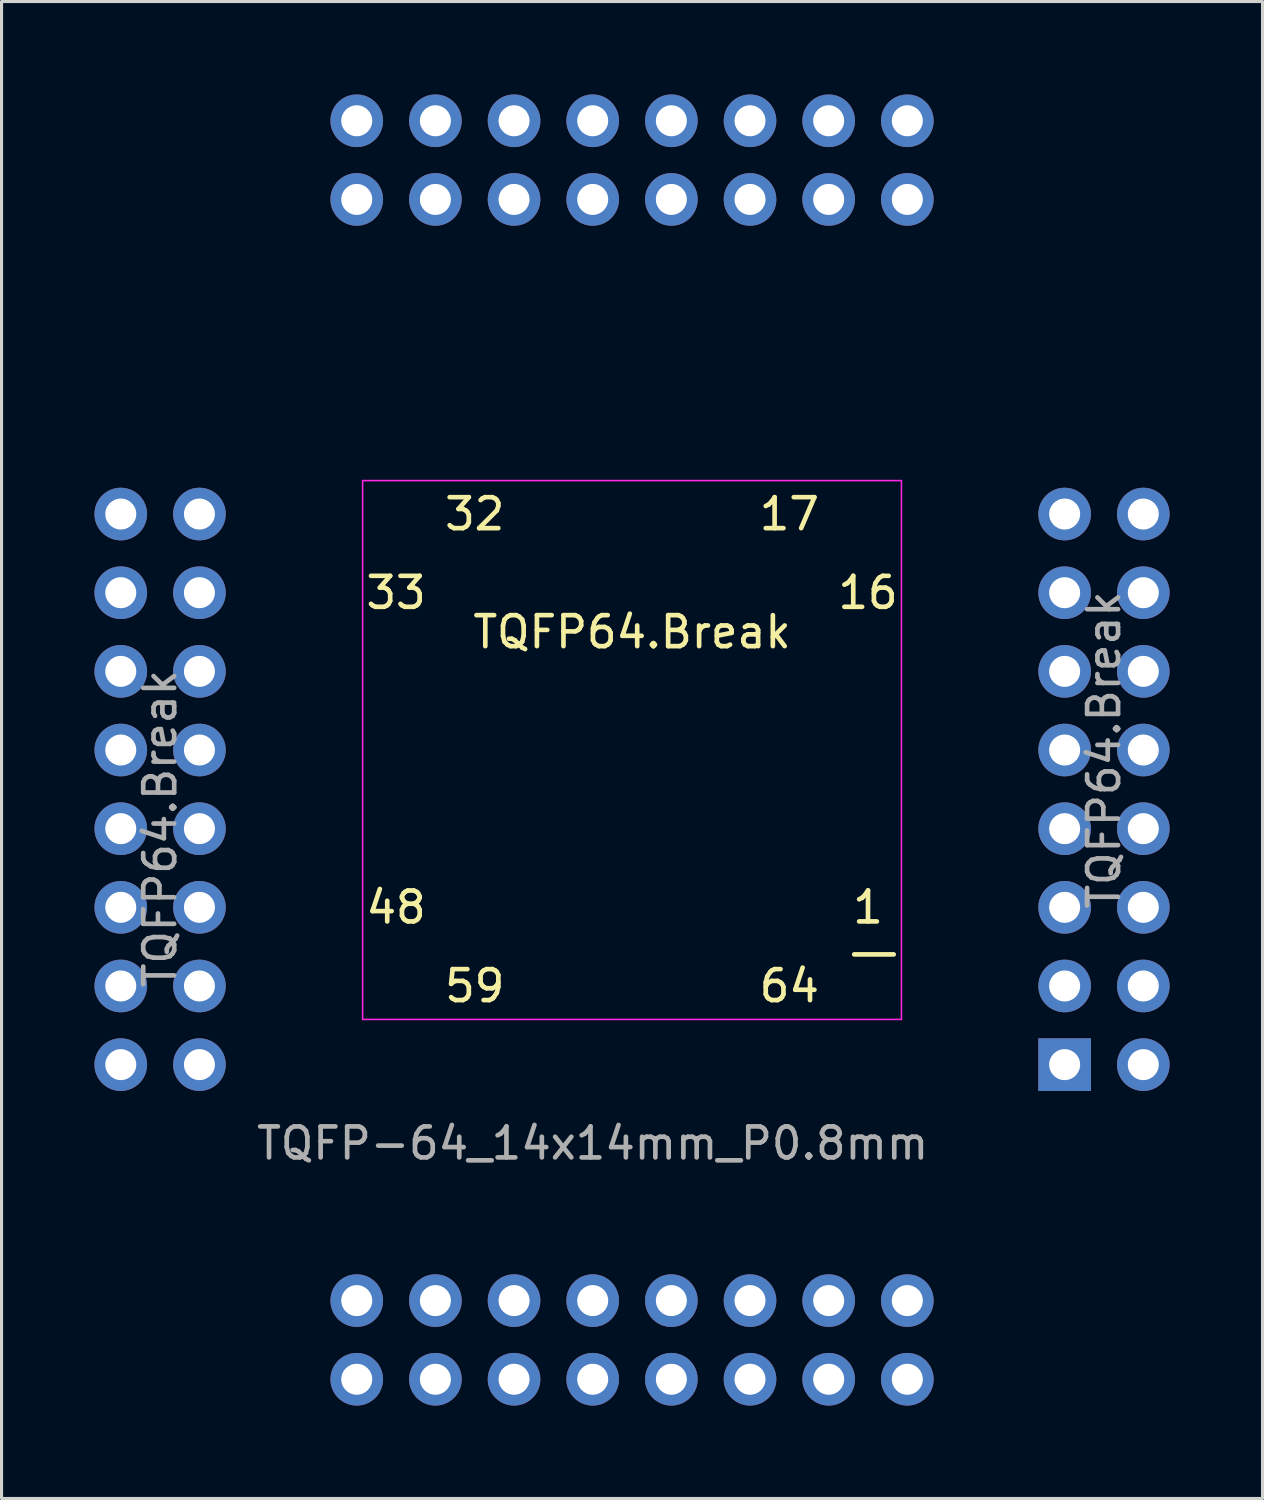
<source format=kicad_pcb>
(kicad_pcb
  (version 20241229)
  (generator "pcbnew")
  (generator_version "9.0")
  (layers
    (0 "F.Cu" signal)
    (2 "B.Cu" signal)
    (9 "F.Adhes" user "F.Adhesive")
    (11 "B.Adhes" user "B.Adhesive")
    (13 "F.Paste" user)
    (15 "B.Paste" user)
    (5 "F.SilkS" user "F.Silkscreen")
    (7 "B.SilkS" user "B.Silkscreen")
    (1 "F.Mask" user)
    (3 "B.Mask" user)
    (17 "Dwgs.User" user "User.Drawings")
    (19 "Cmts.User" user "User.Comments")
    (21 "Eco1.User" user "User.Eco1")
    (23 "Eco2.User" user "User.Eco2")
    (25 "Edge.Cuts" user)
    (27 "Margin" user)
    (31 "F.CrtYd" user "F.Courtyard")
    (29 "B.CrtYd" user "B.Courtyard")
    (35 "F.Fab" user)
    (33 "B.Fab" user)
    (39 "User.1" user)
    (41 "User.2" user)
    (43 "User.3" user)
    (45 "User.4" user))
  (footprint "TQFP64.Break"
    (layer "F.Cu")
    (at 18.63 30.06)
    (property "Reference" "TQFP64.Break" (at -1.27 -12.7 0) (layer "F.SilkS") (effects (font (size 1 1) (thickness 0.15))))
    (attr through_hole)
    (fp_line (start 5.905 -2.29) (end 7.18 -2.29) (stroke (width 0.15) (type solid)) (layer "F.SilkS"))
    (fp_line (start -9.97 -0.19) (end -9.97 -17.59) (stroke (width 0.05) (type solid)) (layer "F.CrtYd"))
    (fp_line (start 7.43 -17.59) (end -9.97 -17.59) (stroke (width 0.05) (type solid)) (layer "F.CrtYd"))
    (fp_line (start 7.43 -0.19) (end -9.97 -0.19) (stroke (width 0.05) (type solid)) (layer "F.CrtYd"))
    (fp_line (start 7.43 -0.19) (end 7.43 -17.59) (stroke (width 0.05) (type solid)) (layer "F.CrtYd"))
    (fp_text user "33" (at -8.89 -13.97 0) (layer "F.SilkS") (effects (font (size 1 1) (thickness 0.15))))
    (fp_text user "32" (at -6.35 -16.51 0) (layer "F.SilkS") (effects (font (size 1 1) (thickness 0.15))))
    (fp_text user "48" (at -8.89 -3.81 0) (layer "F.SilkS") (effects (font (size 1 1) (thickness 0.15))))
    (fp_text user "59" (at -6.35 -1.27 0) (layer "F.SilkS") (effects (font (size 1 1) (thickness 0.15))))
    (fp_text user "1" (at 6.35 -3.81 0) (layer "F.SilkS") (effects (font (size 1 1) (thickness 0.15))))
    (fp_text user "64" (at 3.81 -1.27 0) (layer "F.SilkS") (effects (font (size 1 1) (thickness 0.15))))
    (fp_text user "16" (at 6.35 -13.97 0) (layer "F.SilkS") (effects (font (size 1 1) (thickness 0.15))))
    (fp_text user "17" (at 3.81 -16.51 0) (layer "F.SilkS") (effects (font (size 1 1) (thickness 0.15))))
    (fp_text user "TQFP-64_14x14mm_P0.8mm" (at -2.54 3.81 180) (layer "F.Fab") (effects (font (size 1 1) (thickness 0.15))))
    (fp_text user "${REFERENCE}" (at 13.97 -8.89 90) (layer "F.Fab") (effects (font (size 1 1) (thickness 0.15))))
    (fp_text user "${REFERENCE}" (at -16.51 -6.35 90) (layer "F.Fab") (effects (font (size 1 1) (thickness 0.15))))
    (pad "1" thru_hole rect (at 12.7 1.27) (size 1.7 1.7) (drill 1) (layers "*.Cu" "*.Mask"))
    (pad "2" thru_hole oval (at 15.24 1.27) (size 1.7 1.7) (drill 1) (layers "*.Cu" "*.Mask"))
    (pad "3" thru_hole oval (at 12.7 -1.27) (size 1.7 1.7) (drill 1) (layers "*.Cu" "*.Mask"))
    (pad "4" thru_hole oval (at 15.24 -1.27) (size 1.7 1.7) (drill 1) (layers "*.Cu" "*.Mask"))
    (pad "5" thru_hole oval (at 12.7 -3.81) (size 1.7 1.7) (drill 1) (layers "*.Cu" "*.Mask"))
    (pad "6" thru_hole oval (at 15.24 -3.81) (size 1.7 1.7) (drill 1) (layers "*.Cu" "*.Mask"))
    (pad "7" thru_hole oval (at 12.7 -6.35) (size 1.7 1.7) (drill 1) (layers "*.Cu" "*.Mask"))
    (pad "8" thru_hole oval (at 15.24 -6.35) (size 1.7 1.7) (drill 1) (layers "*.Cu" "*.Mask"))
    (pad "9" thru_hole oval (at 12.7 -8.89) (size 1.7 1.7) (drill 1) (layers "*.Cu" "*.Mask"))
    (pad "10" thru_hole oval (at 15.24 -8.89) (size 1.7 1.7) (drill 1) (layers "*.Cu" "*.Mask"))
    (pad "11" thru_hole oval (at 12.7 -11.43) (size 1.7 1.7) (drill 1) (layers "*.Cu" "*.Mask"))
    (pad "12" thru_hole oval (at 15.24 -11.43) (size 1.7 1.7) (drill 1) (layers "*.Cu" "*.Mask"))
    (pad "13" thru_hole oval (at 12.7 -13.97) (size 1.7 1.7) (drill 1) (layers "*.Cu" "*.Mask"))
    (pad "14" thru_hole oval (at 15.24 -13.97) (size 1.7 1.7) (drill 1) (layers "*.Cu" "*.Mask"))
    (pad "15" thru_hole oval (at 12.7 -16.51) (size 1.7 1.7) (drill 1) (layers "*.Cu" "*.Mask"))
    (pad "16" thru_hole oval (at 15.24 -16.51) (size 1.7 1.7) (drill 1) (layers "*.Cu" "*.Mask"))
    (pad "17" thru_hole oval (at 7.62 -26.67 90) (size 1.7 1.7) (drill 1) (layers "*.Cu" "*.Mask"))
    (pad "18" thru_hole oval (at 7.62 -29.21 90) (size 1.7 1.7) (drill 1) (layers "*.Cu" "*.Mask"))
    (pad "19" thru_hole oval (at 5.08 -26.67 90) (size 1.7 1.7) (drill 1) (layers "*.Cu" "*.Mask"))
    (pad "20" thru_hole oval (at 5.08 -29.21 90) (size 1.7 1.7) (drill 1) (layers "*.Cu" "*.Mask"))
    (pad "21" thru_hole oval (at 2.54 -26.67 90) (size 1.7 1.7) (drill 1) (layers "*.Cu" "*.Mask"))
    (pad "22" thru_hole oval (at 2.54 -29.21 90) (size 1.7 1.7) (drill 1) (layers "*.Cu" "*.Mask"))
    (pad "23" thru_hole oval (at 0 -26.67 90) (size 1.7 1.7) (drill 1) (layers "*.Cu" "*.Mask"))
    (pad "24" thru_hole oval (at 0 -29.21 90) (size 1.7 1.7) (drill 1) (layers "*.Cu" "*.Mask"))
    (pad "25" thru_hole oval (at -2.54 -26.67 90) (size 1.7 1.7) (drill 1) (layers "*.Cu" "*.Mask"))
    (pad "26" thru_hole oval (at -2.54 -29.21 90) (size 1.7 1.7) (drill 1) (layers "*.Cu" "*.Mask"))
    (pad "27" thru_hole oval (at -5.08 -26.67 90) (size 1.7 1.7) (drill 1) (layers "*.Cu" "*.Mask"))
    (pad "28" thru_hole oval (at -5.08 -29.21 90) (size 1.7 1.7) (drill 1) (layers "*.Cu" "*.Mask"))
    (pad "29" thru_hole oval (at -7.62 -26.67 90) (size 1.7 1.7) (drill 1) (layers "*.Cu" "*.Mask"))
    (pad "30" thru_hole oval (at -7.62 -29.21 90) (size 1.7 1.7) (drill 1) (layers "*.Cu" "*.Mask"))
    (pad "31" thru_hole oval (at -10.16 -26.67 90) (size 1.7 1.7) (drill 1) (layers "*.Cu" "*.Mask"))
    (pad "32" thru_hole oval (at -10.16 -29.21 90) (size 1.7 1.7) (drill 1) (layers "*.Cu" "*.Mask"))
    (pad "33" thru_hole oval (at -15.24 -16.51) (size 1.7 1.7) (drill 1) (layers "*.Cu" "*.Mask"))
    (pad "34" thru_hole oval (at -17.78 -16.51) (size 1.7 1.7) (drill 1) (layers "*.Cu" "*.Mask"))
    (pad "35" thru_hole oval (at -15.24 -13.97) (size 1.7 1.7) (drill 1) (layers "*.Cu" "*.Mask"))
    (pad "36" thru_hole oval (at -17.78 -13.97) (size 1.7 1.7) (drill 1) (layers "*.Cu" "*.Mask"))
    (pad "37" thru_hole oval (at -15.24 -11.43) (size 1.7 1.7) (drill 1) (layers "*.Cu" "*.Mask"))
    (pad "38" thru_hole oval (at -17.78 -11.43) (size 1.7 1.7) (drill 1) (layers "*.Cu" "*.Mask"))
    (pad "39" thru_hole oval (at -15.24 -8.89) (size 1.7 1.7) (drill 1) (layers "*.Cu" "*.Mask"))
    (pad "40" thru_hole oval (at -17.78 -8.89) (size 1.7 1.7) (drill 1) (layers "*.Cu" "*.Mask"))
    (pad "41" thru_hole oval (at -15.24 -6.35) (size 1.7 1.7) (drill 1) (layers "*.Cu" "*.Mask"))
    (pad "42" thru_hole oval (at -17.78 -6.35) (size 1.7 1.7) (drill 1) (layers "*.Cu" "*.Mask"))
    (pad "43" thru_hole oval (at -15.24 -3.81) (size 1.7 1.7) (drill 1) (layers "*.Cu" "*.Mask"))
    (pad "44" thru_hole oval (at -17.78 -3.81) (size 1.7 1.7) (drill 1) (layers "*.Cu" "*.Mask"))
    (pad "45" thru_hole oval (at -15.24 -1.27) (size 1.7 1.7) (drill 1) (layers "*.Cu" "*.Mask"))
    (pad "46" thru_hole oval (at -17.78 -1.27) (size 1.7 1.7) (drill 1) (layers "*.Cu" "*.Mask"))
    (pad "47" thru_hole oval (at -15.24 1.27) (size 1.7 1.7) (drill 1) (layers "*.Cu" "*.Mask"))
    (pad "48" thru_hole oval (at -17.78 1.27) (size 1.7 1.7) (drill 1) (layers "*.Cu" "*.Mask"))
    (pad "49" thru_hole oval (at -10.16 8.89 90) (size 1.7 1.7) (drill 1) (layers "*.Cu" "*.Mask"))
    (pad "50" thru_hole oval (at -10.16 11.43 90) (size 1.7 1.7) (drill 1) (layers "*.Cu" "*.Mask"))
    (pad "51" thru_hole oval (at -7.62 8.89 90) (size 1.7 1.7) (drill 1) (layers "*.Cu" "*.Mask"))
    (pad "52" thru_hole oval (at -7.62 11.43 90) (size 1.7 1.7) (drill 1) (layers "*.Cu" "*.Mask"))
    (pad "53" thru_hole oval (at -5.08 8.89 90) (size 1.7 1.7) (drill 1) (layers "*.Cu" "*.Mask"))
    (pad "54" thru_hole oval (at -5.08 11.43 90) (size 1.7 1.7) (drill 1) (layers "*.Cu" "*.Mask"))
    (pad "55" thru_hole oval (at -2.54 8.89 90) (size 1.7 1.7) (drill 1) (layers "*.Cu" "*.Mask"))
    (pad "56" thru_hole oval (at -2.54 11.43 90) (size 1.7 1.7) (drill 1) (layers "*.Cu" "*.Mask"))
    (pad "57" thru_hole oval (at 0 8.89 90) (size 1.7 1.7) (drill 1) (layers "*.Cu" "*.Mask"))
    (pad "58" thru_hole oval (at 0 11.43 90) (size 1.7 1.7) (drill 1) (layers "*.Cu" "*.Mask"))
    (pad "59" thru_hole oval (at 2.54 8.89 90) (size 1.7 1.7) (drill 1) (layers "*.Cu" "*.Mask"))
    (pad "60" thru_hole oval (at 2.54 11.43 90) (size 1.7 1.7) (drill 1) (layers "*.Cu" "*.Mask"))
    (pad "61" thru_hole oval (at 5.08 8.89 90) (size 1.7 1.7) (drill 1) (layers "*.Cu" "*.Mask"))
    (pad "62" thru_hole oval (at 5.08 11.43 90) (size 1.7 1.7) (drill 1) (layers "*.Cu" "*.Mask"))
    (pad "63" thru_hole oval (at 7.62 8.89 90) (size 1.7 1.7) (drill 1) (layers "*.Cu" "*.Mask"))
    (pad "64" thru_hole oval (at 7.62 11.43 90) (size 1.7 1.7) (drill 1) (layers "*.Cu" "*.Mask")))
  (gr_rect
    (start -3 -3)
    (end 37.72 45.34)
    (stroke (width 0.1) (type default))
    (fill no)
    (layer "Edge.Cuts")))
</source>
